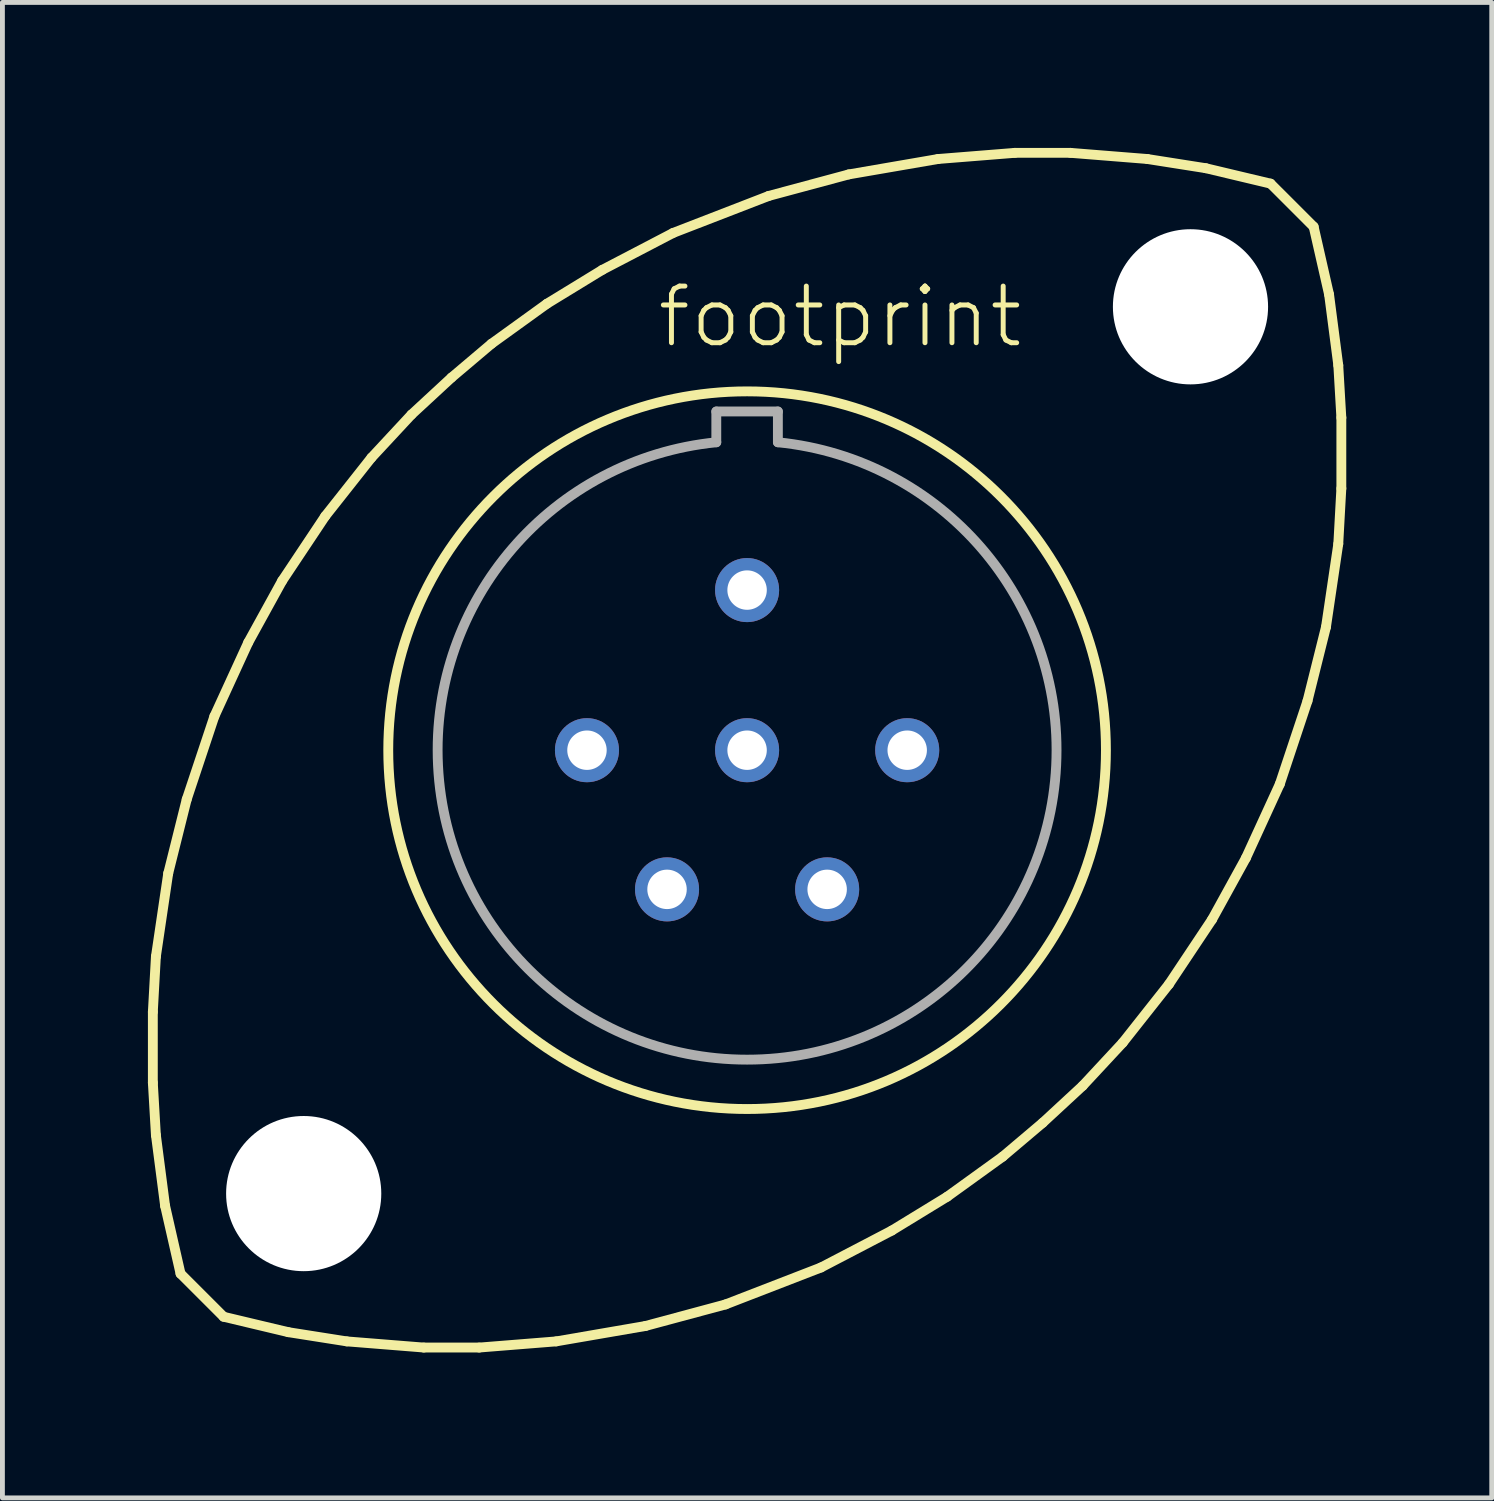
<source format=kicad_pcb>
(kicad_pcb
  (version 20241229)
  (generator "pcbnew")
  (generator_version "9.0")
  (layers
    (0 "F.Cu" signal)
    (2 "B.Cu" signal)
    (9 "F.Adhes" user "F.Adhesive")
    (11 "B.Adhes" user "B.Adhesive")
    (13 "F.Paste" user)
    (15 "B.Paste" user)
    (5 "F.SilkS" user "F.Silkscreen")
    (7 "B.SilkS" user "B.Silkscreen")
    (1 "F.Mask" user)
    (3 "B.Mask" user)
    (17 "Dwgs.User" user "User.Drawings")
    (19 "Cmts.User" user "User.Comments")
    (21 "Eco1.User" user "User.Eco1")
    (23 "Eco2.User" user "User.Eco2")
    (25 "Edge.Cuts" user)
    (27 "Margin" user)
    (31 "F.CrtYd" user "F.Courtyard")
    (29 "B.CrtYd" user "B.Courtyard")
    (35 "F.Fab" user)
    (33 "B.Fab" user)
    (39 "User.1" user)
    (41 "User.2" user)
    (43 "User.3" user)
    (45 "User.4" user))
  (footprint "footprint"
    (layer "F.Cu")
    (at 12.357 12.421)
    (property "Reference" "footprint" (at -1.905 -8.255 0) (layer "F.SilkS") (effects (font (size 1.168 1.168) (thickness 0.102)) (justify left bottom)))
    (fp_line (start -12.255 5.397) (end -12.192 4.255) (stroke (width 0.203) (type solid)) (layer "F.SilkS"))
    (fp_line (start -12.255 6.858) (end -12.255 5.397) (stroke (width 0.203) (type solid)) (layer "F.SilkS"))
    (fp_line (start -12.192 4.255) (end -11.938 2.54) (stroke (width 0.203) (type solid)) (layer "F.SilkS"))
    (fp_line (start -12.192 7.938) (end -12.255 6.858) (stroke (width 0.203) (type solid)) (layer "F.SilkS"))
    (fp_line (start -12.002 9.398) (end -12.192 7.938) (stroke (width 0.203) (type solid)) (layer "F.SilkS"))
    (fp_line (start -11.938 2.54) (end -11.557 1.016) (stroke (width 0.203) (type solid)) (layer "F.SilkS"))
    (fp_line (start -11.684 10.795) (end -12.002 9.398) (stroke (width 0.203) (type solid)) (layer "F.SilkS"))
    (fp_line (start -11.684 10.795) (end -10.795 11.684) (stroke (width 0.203) (type solid)) (layer "F.SilkS"))
    (fp_line (start -11.557 1.016) (end -10.986 -0.699) (stroke (width 0.203) (type solid)) (layer "F.SilkS"))
    (fp_line (start -10.986 -0.699) (end -10.287 -2.223) (stroke (width 0.203) (type solid)) (layer "F.SilkS"))
    (fp_line (start -10.287 -2.223) (end -9.588 -3.493) (stroke (width 0.203) (type solid)) (layer "F.SilkS"))
    (fp_line (start -9.588 -3.493) (end -8.7 -4.826) (stroke (width 0.203) (type solid)) (layer "F.SilkS"))
    (fp_line (start -9.461 12.002) (end -10.795 11.684) (stroke (width 0.203) (type solid)) (layer "F.SilkS"))
    (fp_line (start -8.7 -4.826) (end -7.747 -6.032) (stroke (width 0.203) (type solid)) (layer "F.SilkS"))
    (fp_line (start -8.255 12.192) (end -9.461 12.002) (stroke (width 0.203) (type solid)) (layer "F.SilkS"))
    (fp_line (start -7.747 -6.032) (end -6.921 -6.921) (stroke (width 0.203) (type solid)) (layer "F.SilkS"))
    (fp_line (start -6.921 -6.921) (end -6.096 -7.684) (stroke (width 0.203) (type solid)) (layer "F.SilkS"))
    (fp_line (start -6.668 12.319) (end -8.255 12.192) (stroke (width 0.203) (type solid)) (layer "F.SilkS"))
    (fp_line (start -6.096 -7.684) (end -5.271 -8.382) (stroke (width 0.203) (type solid)) (layer "F.SilkS"))
    (fp_line (start -5.524 12.319) (end -6.668 12.319) (stroke (width 0.203) (type solid)) (layer "F.SilkS"))
    (fp_line (start -5.271 -8.382) (end -4.128 -9.207) (stroke (width 0.203) (type solid)) (layer "F.SilkS"))
    (fp_line (start -4.128 -9.207) (end -2.985 -9.906) (stroke (width 0.203) (type solid)) (layer "F.SilkS"))
    (fp_line (start -3.937 12.192) (end -5.524 12.319) (stroke (width 0.203) (type solid)) (layer "F.SilkS"))
    (fp_line (start -2.985 -9.906) (end -1.524 -10.668) (stroke (width 0.203) (type solid)) (layer "F.SilkS"))
    (fp_line (start -2.095 11.874) (end -3.937 12.192) (stroke (width 0.203) (type solid)) (layer "F.SilkS"))
    (fp_line (start -1.524 -10.668) (end 0.445 -11.43) (stroke (width 0.203) (type solid)) (layer "F.SilkS"))
    (fp_line (start -0.445 11.43) (end -2.095 11.874) (stroke (width 0.203) (type solid)) (layer "F.SilkS"))
    (fp_line (start 0.445 -11.43) (end 2.095 -11.874) (stroke (width 0.203) (type solid)) (layer "F.SilkS"))
    (fp_line (start 1.524 10.668) (end -0.445 11.43) (stroke (width 0.203) (type solid)) (layer "F.SilkS"))
    (fp_line (start 2.095 -11.874) (end 3.937 -12.192) (stroke (width 0.203) (type solid)) (layer "F.SilkS"))
    (fp_line (start 2.985 9.906) (end 1.524 10.668) (stroke (width 0.203) (type solid)) (layer "F.SilkS"))
    (fp_line (start 3.937 -12.192) (end 5.524 -12.319) (stroke (width 0.203) (type solid)) (layer "F.SilkS"))
    (fp_line (start 4.128 9.207) (end 2.985 9.906) (stroke (width 0.203) (type solid)) (layer "F.SilkS"))
    (fp_line (start 5.271 8.382) (end 4.128 9.207) (stroke (width 0.203) (type solid)) (layer "F.SilkS"))
    (fp_line (start 5.524 -12.319) (end 6.668 -12.319) (stroke (width 0.203) (type solid)) (layer "F.SilkS"))
    (fp_line (start 6.096 7.684) (end 5.271 8.382) (stroke (width 0.203) (type solid)) (layer "F.SilkS"))
    (fp_line (start 6.668 -12.319) (end 8.255 -12.192) (stroke (width 0.203) (type solid)) (layer "F.SilkS"))
    (fp_line (start 6.921 6.921) (end 6.096 7.684) (stroke (width 0.203) (type solid)) (layer "F.SilkS"))
    (fp_line (start 7.747 6.032) (end 6.921 6.921) (stroke (width 0.203) (type solid)) (layer "F.SilkS"))
    (fp_line (start 8.255 -12.192) (end 9.461 -12.002) (stroke (width 0.203) (type solid)) (layer "F.SilkS"))
    (fp_line (start 8.7 4.826) (end 7.747 6.032) (stroke (width 0.203) (type solid)) (layer "F.SilkS"))
    (fp_line (start 9.461 -12.002) (end 10.795 -11.684) (stroke (width 0.203) (type solid)) (layer "F.SilkS"))
    (fp_line (start 9.588 3.493) (end 8.7 4.826) (stroke (width 0.203) (type solid)) (layer "F.SilkS"))
    (fp_line (start 10.287 2.223) (end 9.588 3.493) (stroke (width 0.203) (type solid)) (layer "F.SilkS"))
    (fp_line (start 10.795 -11.684) (end 11.684 -10.795) (stroke (width 0.203) (type solid)) (layer "F.SilkS"))
    (fp_line (start 10.986 0.699) (end 10.287 2.223) (stroke (width 0.203) (type solid)) (layer "F.SilkS"))
    (fp_line (start 11.557 -1.016) (end 10.986 0.699) (stroke (width 0.203) (type solid)) (layer "F.SilkS"))
    (fp_line (start 11.684 -10.795) (end 12.002 -9.398) (stroke (width 0.203) (type solid)) (layer "F.SilkS"))
    (fp_line (start 11.938 -2.54) (end 11.557 -1.016) (stroke (width 0.203) (type solid)) (layer "F.SilkS"))
    (fp_line (start 12.002 -9.398) (end 12.192 -7.938) (stroke (width 0.203) (type solid)) (layer "F.SilkS"))
    (fp_line (start 12.192 -7.938) (end 12.255 -6.858) (stroke (width 0.203) (type solid)) (layer "F.SilkS"))
    (fp_line (start 12.192 -4.255) (end 11.938 -2.54) (stroke (width 0.203) (type solid)) (layer "F.SilkS"))
    (fp_line (start 12.255 -6.858) (end 12.255 -5.397) (stroke (width 0.203) (type solid)) (layer "F.SilkS"))
    (fp_line (start 12.255 -5.397) (end 12.192 -4.255) (stroke (width 0.203) (type solid)) (layer "F.SilkS"))
    (fp_circle (center 0 0) (end 7.4 0) (stroke (width 0.203) (type solid)) (fill no) (layer "F.SilkS"))
    (fp_line (start -0.635 -6.985) (end 0.635 -6.985) (stroke (width 0.203) (type solid)) (layer "F.Fab"))
    (fp_line (start -0.635 -6.35) (end -0.635 -6.985) (stroke (width 0.203) (type solid)) (layer "F.Fab"))
    (fp_line (start 0.635 -6.985) (end 0.635 -6.35) (stroke (width 0.203) (type solid)) (layer "F.Fab"))
    (fp_arc (start 0.635 -6.35) (mid 0 6.381671) (end -0.635 -6.35) (stroke (width 0.2032) (type solid)) (layer "F.Fab"))
    (pad "" np_thru_hole circle (at -9.144 9.144) (size 3.2 3.2) (drill 3.2) (layers "*.Cu" "*.Mask"))
    (pad "" np_thru_hole circle (at 9.144 -9.144) (size 3.2 3.2) (drill 3.2) (layers "*.Cu" "*.Mask"))
    (pad "A" thru_hole circle (at 0 -3.302) (size 1.321 1.321) (drill 0.813) (layers "*.Cu" "*.Mask"))
    (pad "B" thru_hole circle (at 3.302 0) (size 1.321 1.321) (drill 0.813) (layers "*.Cu" "*.Mask"))
    (pad "C" thru_hole circle (at 1.651 2.87) (size 1.321 1.321) (drill 0.813) (layers "*.Cu" "*.Mask"))
    (pad "D" thru_hole circle (at -1.651 2.87) (size 1.321 1.321) (drill 0.813) (layers "*.Cu" "*.Mask"))
    (pad "E" thru_hole circle (at -3.302 0) (size 1.321 1.321) (drill 0.813) (layers "*.Cu" "*.Mask"))
    (pad "F" thru_hole circle (at 0 0) (size 1.321 1.321) (drill 0.813) (layers "*.Cu" "*.Mask")))
  (gr_rect
    (start -3 -3)
    (end 27.714 27.841)
    (stroke (width 0.1) (type default))
    (fill no)
    (layer "Edge.Cuts")))
</source>
